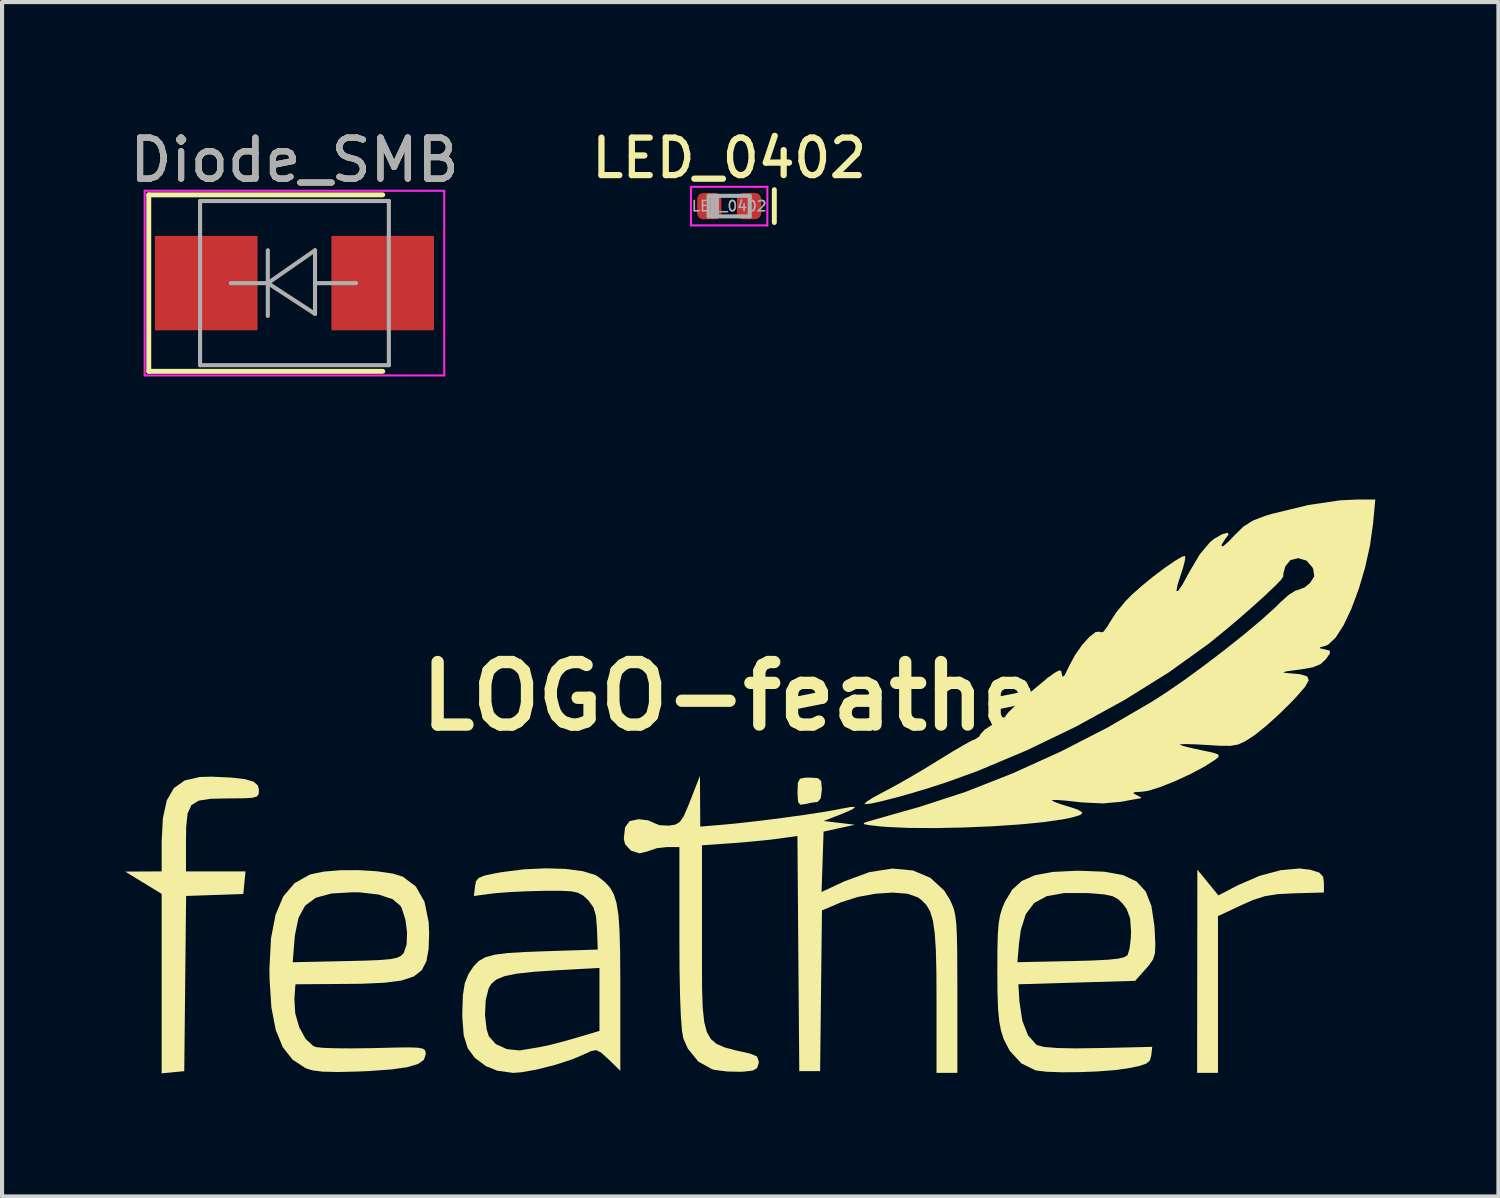
<source format=kicad_pcb>
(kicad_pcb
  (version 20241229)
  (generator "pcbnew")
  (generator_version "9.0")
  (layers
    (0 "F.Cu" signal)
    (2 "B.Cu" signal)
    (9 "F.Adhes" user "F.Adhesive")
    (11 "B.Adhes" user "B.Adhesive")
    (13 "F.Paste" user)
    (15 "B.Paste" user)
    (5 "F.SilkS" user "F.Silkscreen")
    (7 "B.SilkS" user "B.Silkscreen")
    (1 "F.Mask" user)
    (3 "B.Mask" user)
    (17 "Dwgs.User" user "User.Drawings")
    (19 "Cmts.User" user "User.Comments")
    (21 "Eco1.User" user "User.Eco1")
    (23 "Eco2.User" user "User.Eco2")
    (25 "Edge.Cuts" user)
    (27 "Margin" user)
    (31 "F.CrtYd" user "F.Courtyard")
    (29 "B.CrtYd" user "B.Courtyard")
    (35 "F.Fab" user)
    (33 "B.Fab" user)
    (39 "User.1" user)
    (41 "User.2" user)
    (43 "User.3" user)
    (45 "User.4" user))
  (footprint "LOGO-feather"
    (layer "F.Cu")
    (at 15.198 16.066)
    (property "Reference" "LOGO-feather" (at 0 -2.15 0) (layer "F.SilkS") (effects (font (size 1.524 1.524) (thickness 0.3))))
    (attr board_only exclude_from_pos_files exclude_from_bom)
    (fp_poly (pts (xy 1.68 -0.156) (xy 1.762 -0.082) (xy 1.778 0.104) (xy 1.778 0.127) (xy 1.75 0.339) (xy 1.677 0.424) (xy 1.672 0.424) (xy 1.509 0.446) (xy 1.376 0.477) (xy 1.255 0.493) (xy 1.2 0.429) (xy 1.186 0.246) (xy 1.185 0.179) (xy 1.194 -0.042) (xy 1.246 -0.142) (xy 1.382 -0.168) (xy 1.482 -0.169)) (stroke (width 0) (type solid)) (fill yes) (layer "F.SilkS"))
    (fp_poly (pts (xy 13.689 2.079) (xy 13.902 2.149) (xy 13.994 2.248) (xy 14.012 2.395) (xy 14.012 2.632) (xy 13.293 2.651) (xy 12.887 2.672) (xy 12.574 2.721) (xy 12.281 2.815) (xy 12.002 2.939) (xy 11.43 3.208) (xy 11.43 7.027) (xy 10.922 7.027) (xy 10.928 2.074) (xy 11.184 2.388) (xy 11.441 2.702) (xy 11.922 2.451) (xy 12.443 2.226) (xy 12.958 2.088) (xy 13.422 2.046)) (stroke (width 0) (type solid)) (fill yes) (layer "F.SilkS"))
    (fp_poly (pts (xy -12.611 -0.169) (xy -12.278 -0.13) (xy -12.07 -0.069) (xy -11.964 0.023) (xy -11.938 0.134) (xy -11.945 0.232) (xy -11.988 0.292) (xy -12.1 0.324) (xy -12.314 0.336) (xy -12.663 0.339) (xy -12.687 0.339) (xy -13.116 0.348) (xy -13.406 0.393) (xy -13.583 0.502) (xy -13.676 0.703) (xy -13.711 1.023) (xy -13.716 1.383) (xy -13.716 2.117) (xy -12.266 2.117) (xy -12.292 2.392) (xy -12.319 2.667) (xy -13.016 2.692) (xy -13.713 2.716) (xy -13.736 4.851) (xy -13.758 6.985) (xy -14.034 7.012) (xy -14.309 7.038) (xy -14.309 2.665) (xy -14.753 2.394) (xy -15.198 2.122) (xy -14.309 2.117) (xy -14.309 1.394) (xy -14.279 0.818) (xy -14.184 0.387) (xy -14.01 0.087) (xy -13.747 -0.098) (xy -13.384 -0.183) (xy -13.09 -0.191)) (stroke (width 0) (type solid)) (fill yes) (layer "F.SilkS"))
    (fp_poly (pts (xy -9.059 2.115) (xy -8.68 2.17) (xy -8.432 2.246) (xy -8.114 2.487) (xy -7.904 2.857) (xy -7.802 3.358) (xy -7.791 3.614) (xy -7.804 4.006) (xy -7.857 4.306) (xy -7.971 4.526) (xy -8.166 4.678) (xy -8.46 4.776) (xy -8.873 4.83) (xy -9.426 4.855) (xy -9.777 4.859) (xy -11.049 4.868) (xy -11.075 5.226) (xy -11.054 5.577) (xy -10.956 5.916) (xy -10.803 6.196) (xy -10.616 6.371) (xy -10.546 6.399) (xy -10.385 6.416) (xy -10.091 6.427) (xy -9.703 6.43) (xy -9.257 6.425) (xy -9.101 6.422) (xy -8.623 6.41) (xy -8.289 6.406) (xy -8.073 6.413) (xy -7.949 6.435) (xy -7.891 6.474) (xy -7.875 6.534) (xy -7.874 6.578) (xy -7.919 6.709) (xy -8.065 6.812) (xy -8.327 6.889) (xy -8.721 6.944) (xy -9.262 6.983) (xy -9.525 6.994) (xy -10.024 7.006) (xy -10.385 6.997) (xy -10.637 6.965) (xy -10.799 6.914) (xy -11.117 6.706) (xy -11.359 6.399) (xy -11.53 5.978) (xy -11.635 5.431) (xy -11.68 4.742) (xy -11.683 4.48) (xy -11.675 4.331) (xy -11.116 4.331) (xy -9.826 4.303) (xy -9.328 4.291) (xy -8.972 4.276) (xy -8.73 4.254) (xy -8.575 4.222) (xy -8.48 4.177) (xy -8.416 4.113) (xy -8.411 4.106) (xy -8.341 3.905) (xy -8.329 3.612) (xy -8.369 3.295) (xy -8.457 3.019) (xy -8.492 2.954) (xy -8.685 2.793) (xy -9.02 2.682) (xy -9.474 2.629) (xy -9.652 2.626) (xy -10.171 2.656) (xy -10.551 2.759) (xy -10.812 2.951) (xy -10.975 3.249) (xy -11.061 3.671) (xy -11.072 3.788) (xy -11.116 4.331) (xy -11.675 4.331) (xy -11.645 3.753) (xy -11.533 3.171) (xy -11.343 2.724) (xy -11.07 2.404) (xy -10.71 2.2) (xy -10.675 2.188) (xy -10.364 2.123) (xy -9.955 2.089) (xy -9.502 2.087)) (stroke (width 0) (type solid)) (fill yes) (layer "F.SilkS"))
    (fp_poly (pts (xy 8.659 2.125) (xy 9.115 2.207) (xy 9.446 2.363) (xy 9.671 2.609) (xy 9.809 2.961) (xy 9.88 3.432) (xy 9.889 3.561) (xy 9.904 3.893) (xy 9.895 4.109) (xy 9.849 4.261) (xy 9.753 4.399) (xy 9.669 4.496) (xy 9.412 4.784) (xy 7.99 4.826) (xy 6.567 4.868) (xy 6.593 5.292) (xy 6.663 5.756) (xy 6.801 6.111) (xy 6.999 6.333) (xy 7.031 6.352) (xy 7.198 6.396) (xy 7.506 6.421) (xy 7.965 6.43) (xy 8.523 6.422) (xy 9.829 6.392) (xy 9.804 6.604) (xy 9.773 6.721) (xy 9.687 6.8) (xy 9.509 6.86) (xy 9.229 6.917) (xy 8.903 6.961) (xy 8.492 6.992) (xy 8.048 7.009) (xy 7.618 7.012) (xy 7.253 6.999) (xy 7.002 6.969) (xy 6.985 6.965) (xy 6.638 6.795) (xy 6.355 6.487) (xy 6.208 6.201) (xy 6.144 6.001) (xy 6.1 5.769) (xy 6.072 5.471) (xy 6.058 5.071) (xy 6.054 4.537) (xy 6.054 4.53) (xy 6.055 4.33) (xy 6.543 4.33) (xy 7.847 4.303) (xy 8.366 4.289) (xy 8.739 4.27) (xy 8.99 4.245) (xy 9.143 4.21) (xy 9.221 4.162) (xy 9.231 4.149) (xy 9.277 3.994) (xy 9.307 3.741) (xy 9.312 3.582) (xy 9.29 3.263) (xy 9.206 3.036) (xy 9.116 2.913) (xy 8.998 2.795) (xy 8.862 2.722) (xy 8.663 2.679) (xy 8.352 2.652) (xy 8.248 2.646) (xy 7.684 2.645) (xy 7.258 2.721) (xy 6.952 2.887) (xy 6.748 3.157) (xy 6.626 3.545) (xy 6.582 3.879) (xy 6.543 4.33) (xy 6.055 4.33) (xy 6.056 4.023) (xy 6.066 3.651) (xy 6.087 3.379) (xy 6.124 3.173) (xy 6.18 2.996) (xy 6.241 2.854) (xy 6.417 2.561) (xy 6.652 2.35) (xy 6.97 2.21) (xy 7.398 2.131) (xy 7.962 2.103) (xy 8.059 2.102)) (stroke (width 0) (type solid)) (fill yes) (layer "F.SilkS"))
    (fp_poly (pts (xy -4.461 2.057) (xy -4.047 2.112) (xy -3.747 2.203) (xy -3.668 2.25) (xy -3.509 2.376) (xy -3.385 2.51) (xy -3.292 2.673) (xy -3.225 2.888) (xy -3.179 3.175) (xy -3.152 3.557) (xy -3.138 4.055) (xy -3.133 4.693) (xy -3.133 4.991) (xy -3.133 6.976) (xy -3.419 6.698) (xy -3.6 6.533) (xy -3.723 6.472) (xy -3.849 6.497) (xy -3.948 6.545) (xy -4.291 6.692) (xy -4.714 6.83) (xy -5.153 6.942) (xy -5.543 7.012) (xy -5.745 7.027) (xy -6.127 6.976) (xy -6.409 6.862) (xy -6.678 6.661) (xy -6.852 6.425) (xy -6.948 6.115) (xy -6.982 5.69) (xy -6.983 5.617) (xy -6.43 5.617) (xy -6.39 5.966) (xy -6.336 6.136) (xy -6.168 6.324) (xy -5.899 6.448) (xy -5.597 6.479) (xy -5.546 6.473) (xy -5.343 6.44) (xy -5.091 6.398) (xy -5.086 6.397) (xy -4.854 6.347) (xy -4.533 6.265) (xy -4.218 6.176) (xy -3.641 6.004) (xy -3.641 4.469) (xy -4.678 4.526) (xy -5.24 4.564) (xy -5.657 4.609) (xy -5.952 4.67) (xy -6.151 4.751) (xy -6.277 4.859) (xy -6.338 4.959) (xy -6.413 5.253) (xy -6.43 5.617) (xy -6.983 5.617) (xy -6.983 5.549) (xy -6.969 5.136) (xy -6.923 4.845) (xy -6.838 4.63) (xy -6.825 4.607) (xy -6.708 4.43) (xy -6.582 4.3) (xy -6.419 4.208) (xy -6.191 4.146) (xy -5.87 4.106) (xy -5.43 4.08) (xy -4.995 4.064) (xy -3.683 4.022) (xy -3.701 3.519) (xy -3.726 3.204) (xy -3.787 2.995) (xy -3.906 2.831) (xy -3.936 2.799) (xy -4.047 2.7) (xy -4.164 2.637) (xy -4.326 2.603) (xy -4.574 2.59) (xy -4.948 2.591) (xy -4.989 2.591) (xy -5.409 2.602) (xy -5.82 2.621) (xy -6.157 2.647) (xy -6.263 2.659) (xy -6.701 2.717) (xy -6.673 2.48) (xy -6.649 2.358) (xy -6.585 2.278) (xy -6.445 2.22) (xy -6.193 2.166) (xy -6.011 2.134) (xy -5.48 2.067) (xy -4.951 2.042)) (stroke (width 0) (type solid)) (fill yes) (layer "F.SilkS"))
    (fp_poly (pts (xy -1.185 1.026) (xy -0.572 0.974) (xy -0.16 0.933) (xy 0.329 0.877) (xy 0.849 0.81) (xy 1.355 0.74) (xy 1.801 0.672) (xy 2.143 0.612) (xy 2.241 0.592) (xy 2.496 0.545) (xy 2.591 0.55) (xy 2.526 0.603) (xy 2.302 0.703) (xy 2.228 0.732) (xy 1.82 0.889) (xy 2.582 0.981) (xy 2.201 1.064) (xy 1.82 1.148) (xy 1.796 1.883) (xy 1.771 2.619) (xy 2.33 2.358) (xy 2.936 2.135) (xy 3.497 2.048) (xy 3.998 2.095) (xy 4.423 2.274) (xy 4.756 2.581) (xy 4.886 2.786) (xy 4.948 2.914) (xy 4.996 3.041) (xy 5.03 3.192) (xy 5.054 3.393) (xy 5.068 3.667) (xy 5.076 4.039) (xy 5.079 4.535) (xy 5.08 5.093) (xy 5.08 7.027) (xy 4.572 7.027) (xy 4.572 5.247) (xy 4.569 4.566) (xy 4.556 4.033) (xy 4.529 3.625) (xy 4.485 3.322) (xy 4.419 3.1) (xy 4.328 2.939) (xy 4.207 2.816) (xy 4.111 2.747) (xy 3.864 2.662) (xy 3.506 2.634) (xy 3.087 2.661) (xy 2.654 2.74) (xy 2.255 2.867) (xy 2.224 2.88) (xy 1.781 3.069) (xy 1.758 5.027) (xy 1.736 6.985) (xy 1.228 6.985) (xy 1.205 4.12) (xy 1.183 1.254) (xy 0.74 1.317) (xy 0.436 1.354) (xy 0.041 1.393) (xy -0.366 1.427) (xy -0.423 1.431) (xy -1.143 1.482) (xy -1.143 3.687) (xy -1.143 4.418) (xy -1.14 4.999) (xy -1.124 5.449) (xy -1.088 5.787) (xy -1.024 6.033) (xy -0.925 6.205) (xy -0.783 6.324) (xy -0.589 6.407) (xy -0.336 6.475) (xy -0.016 6.547) (xy 0.027 6.556) (xy 0.199 6.627) (xy 0.242 6.756) (xy 0.238 6.797) (xy 0.2 6.911) (xy 0.095 6.971) (xy -0.119 6.996) (xy -0.212 7) (xy -0.521 6.994) (xy -0.806 6.959) (xy -0.894 6.939) (xy -1.231 6.753) (xy -1.49 6.433) (xy -1.597 6.189) (xy -1.631 5.994) (xy -1.658 5.637) (xy -1.678 5.127) (xy -1.69 4.471) (xy -1.693 3.713) (xy -1.693 1.524) (xy -1.991 1.524) (xy -2.243 1.552) (xy -2.444 1.621) (xy -2.45 1.625) (xy -2.666 1.678) (xy -2.876 1.61) (xy -3.019 1.451) (xy -3.048 1.321) (xy -3.017 1.042) (xy -2.907 0.893) (xy -2.696 0.847) (xy -2.675 0.847) (xy -2.457 0.873) (xy -2.314 0.937) (xy -2.314 0.938) (xy -2.173 0.992) (xy -1.954 1.002) (xy -1.939 1.001) (xy -1.789 0.976) (xy -1.682 0.911) (xy -1.588 0.772) (xy -1.48 0.524) (xy -1.423 0.381) (xy -1.192 -0.212)) (stroke (width 0) (type solid)) (fill yes) (layer "F.SilkS"))
    (fp_poly (pts (xy 15.21 -6.361) (xy 15.136 -5.83) (xy 15.016 -5.289) (xy 14.861 -4.765) (xy 14.683 -4.287) (xy 14.492 -3.882) (xy 14.298 -3.579) (xy 14.114 -3.406) (xy 14.055 -3.381) (xy 13.911 -3.34) (xy 13.925 -3.315) (xy 14.03 -3.294) (xy 14.154 -3.261) (xy 14.16 -3.196) (xy 14.063 -3.057) (xy 13.933 -2.934) (xy 13.741 -2.855) (xy 13.437 -2.802) (xy 13.368 -2.794) (xy 13.108 -2.759) (xy 13.017 -2.734) (xy 13.093 -2.717) (xy 13.123 -2.715) (xy 13.43 -2.688) (xy 13.603 -2.636) (xy 13.642 -2.54) (xy 13.552 -2.378) (xy 13.335 -2.13) (xy 13.212 -2) (xy 12.916 -1.709) (xy 12.61 -1.433) (xy 12.345 -1.219) (xy 12.282 -1.174) (xy 12.082 -1.047) (xy 11.918 -0.973) (xy 11.734 -0.942) (xy 11.476 -0.944) (xy 11.197 -0.961) (xy 10.878 -0.979) (xy 10.635 -0.985) (xy 10.508 -0.979) (xy 10.499 -0.974) (xy 10.575 -0.941) (xy 10.772 -0.89) (xy 11.019 -0.838) (xy 11.297 -0.779) (xy 11.433 -0.733) (xy 11.452 -0.683) (xy 11.38 -0.616) (xy 11.379 -0.615) (xy 11.111 -0.442) (xy 10.766 -0.258) (xy 10.39 -0.084) (xy 10.031 0.06) (xy 9.736 0.152) (xy 9.59 0.175) (xy 9.401 0.186) (xy 9.365 0.213) (xy 9.44 0.254) (xy 9.552 0.313) (xy 9.558 0.333) (xy 9.451 0.351) (xy 9.235 0.39) (xy 9.071 0.421) (xy 8.627 0.461) (xy 8.105 0.436) (xy 8.024 0.427) (xy 7.722 0.393) (xy 7.494 0.376) (xy 7.384 0.379) (xy 7.381 0.381) (xy 7.434 0.419) (xy 7.606 0.483) (xy 7.718 0.516) (xy 8.003 0.607) (xy 8.126 0.679) (xy 8.084 0.74) (xy 7.877 0.803) (xy 7.663 0.847) (xy 7.196 0.915) (xy 6.605 0.973) (xy 5.935 1.018) (xy 5.231 1.048) (xy 4.537 1.062) (xy 3.899 1.058) (xy 3.361 1.034) (xy 3.217 1.022) (xy 2.934 0.991) (xy 2.802 0.965) (xy 2.803 0.936) (xy 2.918 0.897) (xy 2.921 0.896) (xy 3.102 0.845) (xy 3.402 0.759) (xy 3.78 0.652) (xy 4.171 0.541) (xy 5.266 0.185) (xy 6.428 -0.272) (xy 7.608 -0.807) (xy 8.757 -1.397) (xy 9.825 -2.021) (xy 10.144 -2.225) (xy 10.592 -2.532) (xy 11.085 -2.892) (xy 11.59 -3.277) (xy 12.072 -3.661) (xy 12.497 -4.018) (xy 12.832 -4.32) (xy 12.949 -4.437) (xy 13.146 -4.615) (xy 13.319 -4.724) (xy 13.381 -4.741) (xy 13.54 -4.8) (xy 13.674 -4.911) (xy 13.777 -5.071) (xy 13.753 -5.241) (xy 13.731 -5.292) (xy 13.586 -5.456) (xy 13.386 -5.515) (xy 13.194 -5.467) (xy 13.07 -5.313) (xy 13.025 -5.142) (xy 13.02 -5.066) (xy 12.966 -4.986) (xy 12.805 -4.821) (xy 12.563 -4.592) (xy 12.262 -4.321) (xy 11.928 -4.029) (xy 11.584 -3.739) (xy 11.255 -3.472) (xy 11.176 -3.41) (xy 10.226 -2.728) (xy 9.148 -2.057) (xy 7.984 -1.418) (xy 6.776 -0.834) (xy 5.566 -0.326) (xy 4.826 -0.058) (xy 4.409 0.078) (xy 3.983 0.207) (xy 3.58 0.32) (xy 3.233 0.408) (xy 2.972 0.465) (xy 2.831 0.479) (xy 2.817 0.475) (xy 2.866 0.42) (xy 3.033 0.314) (xy 3.284 0.179) (xy 3.315 0.163) (xy 3.624 -0.003) (xy 4.014 -0.226) (xy 4.423 -0.47) (xy 4.64 -0.605) (xy 4.966 -0.805) (xy 5.242 -0.967) (xy 5.436 -1.072) (xy 5.51 -1.101) (xy 5.611 -1.168) (xy 5.64 -1.221) (xy 5.742 -1.334) (xy 5.934 -1.459) (xy 5.976 -1.479) (xy 6.163 -1.584) (xy 6.261 -1.67) (xy 6.265 -1.684) (xy 6.326 -1.763) (xy 6.491 -1.923) (xy 6.733 -2.139) (xy 6.943 -2.318) (xy 7.245 -2.568) (xy 7.443 -2.717) (xy 7.557 -2.78) (xy 7.611 -2.767) (xy 7.626 -2.691) (xy 7.645 -2.612) (xy 7.701 -2.673) (xy 7.8 -2.879) (xy 7.943 -3.147) (xy 8.117 -3.396) (xy 8.295 -3.595) (xy 8.448 -3.715) (xy 8.549 -3.725) (xy 8.559 -3.712) (xy 8.631 -3.714) (xy 8.742 -3.859) (xy 8.79 -3.945) (xy 8.953 -4.195) (xy 9.182 -4.473) (xy 9.328 -4.621) (xy 9.577 -4.842) (xy 9.856 -5.07) (xy 10.134 -5.279) (xy 10.378 -5.447) (xy 10.554 -5.551) (xy 10.631 -5.569) (xy 10.628 -5.473) (xy 10.578 -5.276) (xy 10.542 -5.167) (xy 10.445 -4.864) (xy 10.418 -4.714) (xy 10.458 -4.716) (xy 10.564 -4.869) (xy 10.731 -5.175) (xy 10.732 -5.177) (xy 10.989 -5.611) (xy 11.24 -5.909) (xy 11.338 -5.988) (xy 11.535 -6.1) (xy 11.662 -6.134) (xy 11.69 -6.092) (xy 11.615 -5.993) (xy 11.526 -5.856) (xy 11.515 -5.804) (xy 11.565 -5.812) (xy 11.693 -5.924) (xy 11.832 -6.071) (xy 12.048 -6.283) (xy 12.278 -6.43) (xy 12.587 -6.548) (xy 12.742 -6.594) (xy 13.629 -6.81) (xy 14.402 -6.924) (xy 14.802 -6.943) (xy 15.264 -6.943)) (stroke (width 0) (type solid)) (fill yes) (layer "F.SilkS")))
  (footprint "Diode_SMB"
    (layer "F.Cu")
    (at 4.125 3.848)
    (property "Reference" "Diode_SMB" (at 0 -3 0) (layer "F.SilkS") (effects (font (size 1 1) (thickness 0.15))))
    (attr smd)
    (fp_line (start -3.55 -2.15) (end -3.55 2.15) (stroke (width 0.12) (type solid)) (layer "F.SilkS"))
    (fp_line (start -3.55 -2.15) (end 2.15 -2.15) (stroke (width 0.12) (type solid)) (layer "F.SilkS"))
    (fp_line (start -3.55 2.15) (end 2.15 2.15) (stroke (width 0.12) (type solid)) (layer "F.SilkS"))
    (fp_line (start -3.65 -2.25) (end 3.65 -2.25) (stroke (width 0.05) (type solid)) (layer "F.CrtYd"))
    (fp_line (start -3.65 2.25) (end -3.65 -2.25) (stroke (width 0.05) (type solid)) (layer "F.CrtYd"))
    (fp_line (start 3.65 -2.25) (end 3.65 2.25) (stroke (width 0.05) (type solid)) (layer "F.CrtYd"))
    (fp_line (start 3.65 2.25) (end -3.65 2.25) (stroke (width 0.05) (type solid)) (layer "F.CrtYd"))
    (fp_line (start -2.3 2) (end -2.3 -2) (stroke (width 0.1) (type solid)) (layer "F.Fab"))
    (fp_line (start -0.649 -0.799) (end -0.649 0.801) (stroke (width 0.1) (type solid)) (layer "F.Fab"))
    (fp_line (start -0.649 0.001) (end -1.551 0.001) (stroke (width 0.1) (type solid)) (layer "F.Fab"))
    (fp_line (start -0.649 0.001) (end 0.501 -0.799) (stroke (width 0.1) (type solid)) (layer "F.Fab"))
    (fp_line (start -0.649 0.001) (end 0.501 0.75) (stroke (width 0.1) (type solid)) (layer "F.Fab"))
    (fp_line (start 0.501 0.001) (end 1.499 0.001) (stroke (width 0.1) (type solid)) (layer "F.Fab"))
    (fp_line (start 0.501 0.75) (end 0.501 -0.799) (stroke (width 0.1) (type solid)) (layer "F.Fab"))
    (fp_line (start 2.3 -2) (end -2.3 -2) (stroke (width 0.1) (type solid)) (layer "F.Fab"))
    (fp_line (start 2.3 -2) (end 2.3 2) (stroke (width 0.1) (type solid)) (layer "F.Fab"))
    (fp_line (start 2.3 2) (end -2.3 2) (stroke (width 0.1) (type solid)) (layer "F.Fab"))
    (fp_text user "${REFERENCE}" (at 0 -3 0) (layer "F.Fab") (effects (font (size 1 1) (thickness 0.15))))
    (pad "1" smd rect (at -2.15 0) (size 2.5 2.3) (layers "F.Cu" "F.Mask" "F.Paste"))
    (pad "2" smd rect (at 2.15 0) (size 2.5 2.3) (layers "F.Cu" "F.Mask" "F.Paste")))
  (footprint "LED_0402"
    (layer "F.Cu")
    (at 14.718 1.972)
    (property "Reference" "LED_0402" (at 0 -1.17 0) (layer "F.SilkS") (effects (font (size 0.914 0.914) (thickness 0.152))))
    (attr smd)
    (fp_line (start 1.1 -0.4) (end 1.1 0.4) (stroke (width 0.12) (type solid)) (layer "F.SilkS"))
    (fp_line (start -0.93 -0.47) (end 0.93 -0.47) (stroke (width 0.05) (type solid)) (layer "F.CrtYd"))
    (fp_line (start -0.93 0.47) (end -0.93 -0.47) (stroke (width 0.05) (type solid)) (layer "F.CrtYd"))
    (fp_line (start 0.93 -0.47) (end 0.93 0.47) (stroke (width 0.05) (type solid)) (layer "F.CrtYd"))
    (fp_line (start 0.93 0.47) (end -0.93 0.47) (stroke (width 0.05) (type solid)) (layer "F.CrtYd"))
    (fp_line (start -0.5 -0.25) (end 0.5 -0.25) (stroke (width 0.1) (type solid)) (layer "F.Fab"))
    (fp_line (start -0.5 0.25) (end -0.5 -0.25) (stroke (width 0.1) (type solid)) (layer "F.Fab"))
    (fp_line (start -0.4 0.25) (end -0.4 -0.25) (stroke (width 0.1) (type solid)) (layer "F.Fab"))
    (fp_line (start -0.3 0.25) (end -0.3 -0.25) (stroke (width 0.1) (type solid)) (layer "F.Fab"))
    (fp_line (start 0.5 -0.25) (end 0.5 0.25) (stroke (width 0.1) (type solid)) (layer "F.Fab"))
    (fp_line (start 0.5 0.25) (end -0.5 0.25) (stroke (width 0.1) (type solid)) (layer "F.Fab"))
    (fp_text user "${REFERENCE}" (at 0 0 0) (layer "F.Fab") (effects (font (size 0.25 0.25) (thickness 0.04))))
    (pad "1" smd roundrect (at -0.485 0) (size 0.59 0.64) (layers "F.Cu" "F.Mask" "F.Paste") (roundrect_rratio 0.25))
    (pad "2" smd roundrect (at 0.485 0) (size 0.59 0.64) (layers "F.Cu" "F.Mask" "F.Paste") (roundrect_rratio 0.25)))
  (gr_rect
    (start -3 -3)
    (end 33.462 26.104)
    (stroke (width 0.1) (type default))
    (fill no)
    (layer "Edge.Cuts")))
</source>
